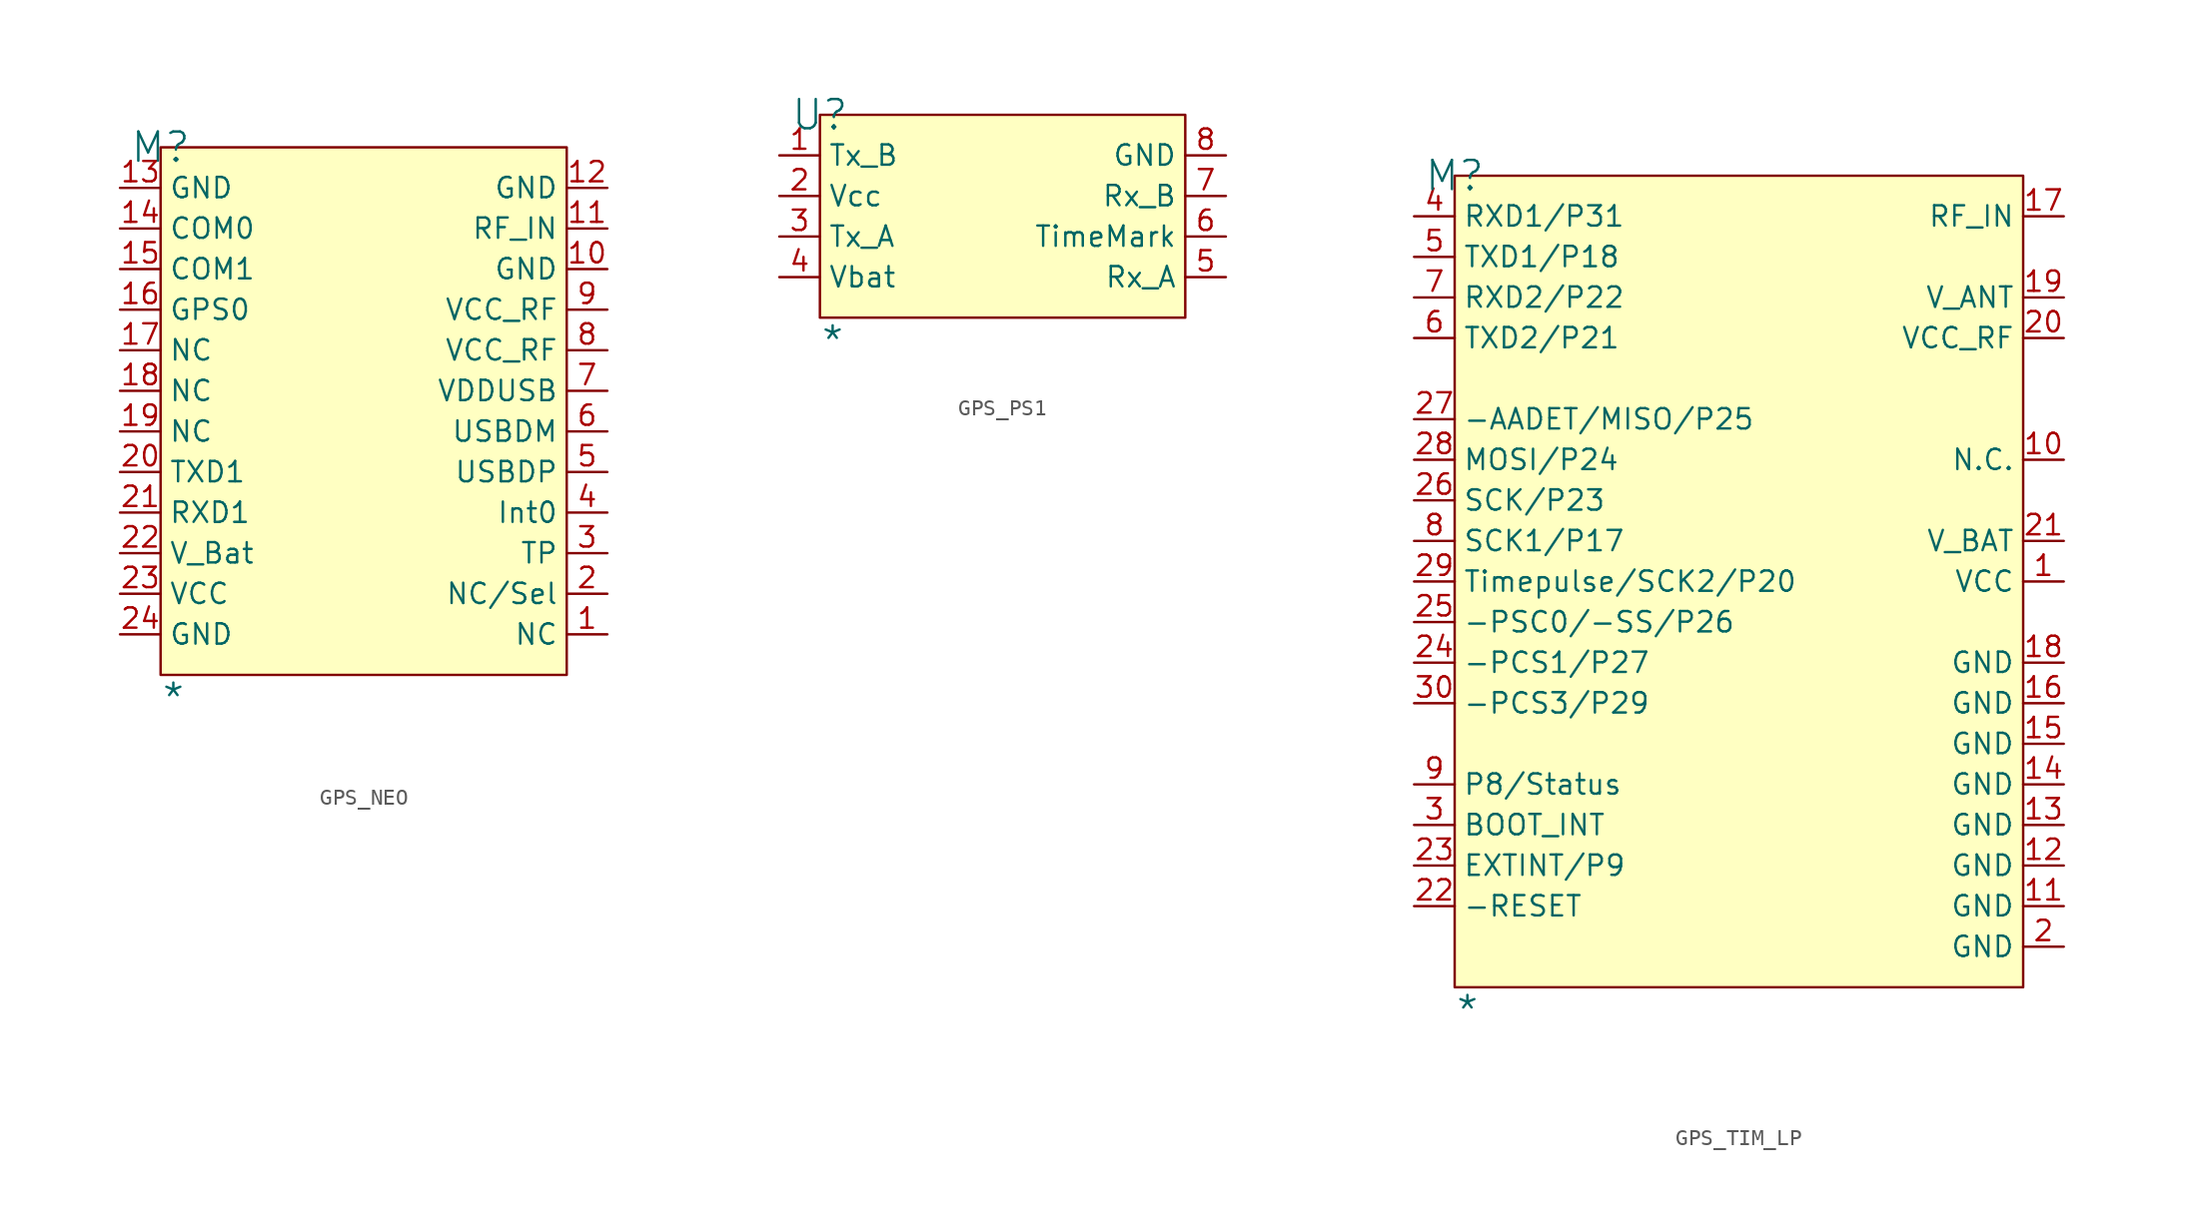
<source format=kicad_sym>
(kicad_symbol_lib
  (version 20241209)
  (generator "kicad_symbol_editor")
  (generator_version "9.0")
  (symbol "GPS_NEO"
    (property "Reference" "M"
      (at 0 0 0)
      (effects (font (size 1.829 1.829))))
    (property "Value" "*"
      (at 0 -35.56 0)
      (effects (font (size 1.829 1.829)) (justify left bottom)))
    (symbol "GPS_NEO_1_0"
      (rectangle (start 25.4 0) (end 0 -33.02) (stroke (width 0) (type solid) (color 128 0 0 1)) (fill (type background)))
      (pin passive line (at -2.54 -2.54 0) (length 2.54) (name "GND" (effects (font (size 1.27 1.27)))) (number "13" (effects (font (size 1.27 1.27)))))
      (pin passive line (at -2.54 -5.08 0) (length 2.54) (name "COM0" (effects (font (size 1.27 1.27)))) (number "14" (effects (font (size 1.27 1.27)))))
      (pin passive line (at -2.54 -7.62 0) (length 2.54) (name "COM1" (effects (font (size 1.27 1.27)))) (number "15" (effects (font (size 1.27 1.27)))))
      (pin passive line (at -2.54 -10.16 0) (length 2.54) (name "GPS0" (effects (font (size 1.27 1.27)))) (number "16" (effects (font (size 1.27 1.27)))))
      (pin passive line (at -2.54 -12.7 0) (length 2.54) (name "NC" (effects (font (size 1.27 1.27)))) (number "17" (effects (font (size 1.27 1.27)))))
      (pin passive line (at -2.54 -15.24 0) (length 2.54) (name "NC" (effects (font (size 1.27 1.27)))) (number "18" (effects (font (size 1.27 1.27)))))
      (pin passive line (at -2.54 -17.78 0) (length 2.54) (name "NC" (effects (font (size 1.27 1.27)))) (number "19" (effects (font (size 1.27 1.27)))))
      (pin passive line (at -2.54 -20.32 0) (length 2.54) (name "TXD1" (effects (font (size 1.27 1.27)))) (number "20" (effects (font (size 1.27 1.27)))))
      (pin passive line (at -2.54 -22.86 0) (length 2.54) (name "RXD1" (effects (font (size 1.27 1.27)))) (number "21" (effects (font (size 1.27 1.27)))))
      (pin passive line (at -2.54 -25.4 0) (length 2.54) (name "V_Bat" (effects (font (size 1.27 1.27)))) (number "22" (effects (font (size 1.27 1.27)))))
      (pin passive line (at -2.54 -27.94 0) (length 2.54) (name "VCC" (effects (font (size 1.27 1.27)))) (number "23" (effects (font (size 1.27 1.27)))))
      (pin passive line (at -2.54 -30.48 0) (length 2.54) (name "GND" (effects (font (size 1.27 1.27)))) (number "24" (effects (font (size 1.27 1.27)))))
      (pin passive line (at 27.94 -2.54 180) (length 2.54) (name "GND" (effects (font (size 1.27 1.27)))) (number "12" (effects (font (size 1.27 1.27)))))
      (pin passive line (at 27.94 -5.08 180) (length 2.54) (name "RF_IN" (effects (font (size 1.27 1.27)))) (number "11" (effects (font (size 1.27 1.27)))))
      (pin passive line (at 27.94 -7.62 180) (length 2.54) (name "GND" (effects (font (size 1.27 1.27)))) (number "10" (effects (font (size 1.27 1.27)))))
      (pin passive line (at 27.94 -10.16 180) (length 2.54) (name "VCC_RF" (effects (font (size 1.27 1.27)))) (number "9" (effects (font (size 1.27 1.27)))))
      (pin passive line (at 27.94 -12.7 180) (length 2.54) (name "VCC_RF" (effects (font (size 1.27 1.27)))) (number "8" (effects (font (size 1.27 1.27)))))
      (pin passive line (at 27.94 -15.24 180) (length 2.54) (name "VDDUSB" (effects (font (size 1.27 1.27)))) (number "7" (effects (font (size 1.27 1.27)))))
      (pin passive line (at 27.94 -17.78 180) (length 2.54) (name "USBDM" (effects (font (size 1.27 1.27)))) (number "6" (effects (font (size 1.27 1.27)))))
      (pin passive line (at 27.94 -20.32 180) (length 2.54) (name "USBDP" (effects (font (size 1.27 1.27)))) (number "5" (effects (font (size 1.27 1.27)))))
      (pin passive line (at 27.94 -22.86 180) (length 2.54) (name "Int0" (effects (font (size 1.27 1.27)))) (number "4" (effects (font (size 1.27 1.27)))))
      (pin passive line (at 27.94 -25.4 180) (length 2.54) (name "TP" (effects (font (size 1.27 1.27)))) (number "3" (effects (font (size 1.27 1.27)))))
      (pin passive line (at 27.94 -27.94 180) (length 2.54) (name "NC/Sel" (effects (font (size 1.27 1.27)))) (number "2" (effects (font (size 1.27 1.27)))))
      (pin passive line (at 27.94 -30.48 180) (length 2.54) (name "NC" (effects (font (size 1.27 1.27)))) (number "1" (effects (font (size 1.27 1.27)))))))
  (symbol "GPS_PS1"
    (property "Reference" "U"
      (at 0 0 0)
      (effects (font (size 1.829 1.829))))
    (property "Value" "*"
      (at 0 -15.24 0)
      (effects (font (size 1.829 1.829)) (justify left bottom)))
    (symbol "GPS_PS1_1_0"
      (rectangle (start 22.86 0) (end 0 -12.7) (stroke (width 0) (type solid) (color 128 0 0 1)) (fill (type background)))
      (pin passive line (at -2.54 -2.54 0) (length 2.54) (name "Tx_B" (effects (font (size 1.27 1.27)))) (number "1" (effects (font (size 1.27 1.27)))))
      (pin passive line (at -2.54 -5.08 0) (length 2.54) (name "Vcc" (effects (font (size 1.27 1.27)))) (number "2" (effects (font (size 1.27 1.27)))))
      (pin passive line (at -2.54 -7.62 0) (length 2.54) (name "Tx_A" (effects (font (size 1.27 1.27)))) (number "3" (effects (font (size 1.27 1.27)))))
      (pin passive line (at -2.54 -10.16 0) (length 2.54) (name "Vbat" (effects (font (size 1.27 1.27)))) (number "4" (effects (font (size 1.27 1.27)))))
      (pin passive line (at 25.4 -2.54 180) (length 2.54) (name "GND" (effects (font (size 1.27 1.27)))) (number "8" (effects (font (size 1.27 1.27)))))
      (pin passive line (at 25.4 -5.08 180) (length 2.54) (name "Rx_B" (effects (font (size 1.27 1.27)))) (number "7" (effects (font (size 1.27 1.27)))))
      (pin passive line (at 25.4 -7.62 180) (length 2.54) (name "TimeMark" (effects (font (size 1.27 1.27)))) (number "6" (effects (font (size 1.27 1.27)))))
      (pin passive line (at 25.4 -10.16 180) (length 2.54) (name "Rx_A" (effects (font (size 1.27 1.27)))) (number "5" (effects (font (size 1.27 1.27)))))))
  (symbol "GPS_TIM_LP"
    (property "Reference" "M"
      (at 0 0 0)
      (effects (font (size 1.829 1.829))))
    (property "Value" "*"
      (at 0 -53.34 0)
      (effects (font (size 1.829 1.829)) (justify left bottom)))
    (symbol "GPS_TIM_LP_1_0"
      (rectangle (start 35.56 0) (end 0 -50.8) (stroke (width 0) (type solid) (color 128 0 0 1)) (fill (type background)))
      (pin passive line (at -2.54 -2.54 0) (length 2.54) (name "RXD1/P31" (effects (font (size 1.27 1.27)))) (number "4" (effects (font (size 1.27 1.27)))))
      (pin passive line (at -2.54 -5.08 0) (length 2.54) (name "TXD1/P18" (effects (font (size 1.27 1.27)))) (number "5" (effects (font (size 1.27 1.27)))))
      (pin passive line (at -2.54 -7.62 0) (length 2.54) (name "RXD2/P22" (effects (font (size 1.27 1.27)))) (number "7" (effects (font (size 1.27 1.27)))))
      (pin passive line (at -2.54 -10.16 0) (length 2.54) (name "TXD2/P21" (effects (font (size 1.27 1.27)))) (number "6" (effects (font (size 1.27 1.27)))))
      (pin passive line (at -2.54 -15.24 0) (length 2.54) (name "-AADET/MISO/P25" (effects (font (size 1.27 1.27)))) (number "27" (effects (font (size 1.27 1.27)))))
      (pin passive line (at -2.54 -17.78 0) (length 2.54) (name "MOSI/P24" (effects (font (size 1.27 1.27)))) (number "28" (effects (font (size 1.27 1.27)))))
      (pin passive line (at -2.54 -20.32 0) (length 2.54) (name "SCK/P23" (effects (font (size 1.27 1.27)))) (number "26" (effects (font (size 1.27 1.27)))))
      (pin passive line (at -2.54 -22.86 0) (length 2.54) (name "SCK1/P17" (effects (font (size 1.27 1.27)))) (number "8" (effects (font (size 1.27 1.27)))))
      (pin passive line (at -2.54 -25.4 0) (length 2.54) (name "Timepulse/SCK2/P20" (effects (font (size 1.27 1.27)))) (number "29" (effects (font (size 1.27 1.27)))))
      (pin passive line (at -2.54 -27.94 0) (length 2.54) (name "-PSC0/-SS/P26" (effects (font (size 1.27 1.27)))) (number "25" (effects (font (size 1.27 1.27)))))
      (pin passive line (at -2.54 -30.48 0) (length 2.54) (name "-PCS1/P27" (effects (font (size 1.27 1.27)))) (number "24" (effects (font (size 1.27 1.27)))))
      (pin passive line (at -2.54 -33.02 0) (length 2.54) (name "-PCS3/P29" (effects (font (size 1.27 1.27)))) (number "30" (effects (font (size 1.27 1.27)))))
      (pin passive line (at -2.54 -38.1 0) (length 2.54) (name "P8/Status" (effects (font (size 1.27 1.27)))) (number "9" (effects (font (size 1.27 1.27)))))
      (pin passive line (at -2.54 -40.64 0) (length 2.54) (name "BOOT_INT" (effects (font (size 1.27 1.27)))) (number "3" (effects (font (size 1.27 1.27)))))
      (pin passive line (at -2.54 -43.18 0) (length 2.54) (name "EXTINT/P9" (effects (font (size 1.27 1.27)))) (number "23" (effects (font (size 1.27 1.27)))))
      (pin passive line (at -2.54 -45.72 0) (length 2.54) (name "-RESET" (effects (font (size 1.27 1.27)))) (number "22" (effects (font (size 1.27 1.27)))))
      (pin passive line (at 38.1 -2.54 180) (length 2.54) (name "RF_IN" (effects (font (size 1.27 1.27)))) (number "17" (effects (font (size 1.27 1.27)))))
      (pin passive line (at 38.1 -7.62 180) (length 2.54) (name "V_ANT" (effects (font (size 1.27 1.27)))) (number "19" (effects (font (size 1.27 1.27)))))
      (pin passive line (at 38.1 -10.16 180) (length 2.54) (name "VCC_RF" (effects (font (size 1.27 1.27)))) (number "20" (effects (font (size 1.27 1.27)))))
      (pin passive line (at 38.1 -17.78 180) (length 2.54) (name "N.C." (effects (font (size 1.27 1.27)))) (number "10" (effects (font (size 1.27 1.27)))))
      (pin passive line (at 38.1 -22.86 180) (length 2.54) (name "V_BAT" (effects (font (size 1.27 1.27)))) (number "21" (effects (font (size 1.27 1.27)))))
      (pin passive line (at 38.1 -25.4 180) (length 2.54) (name "VCC" (effects (font (size 1.27 1.27)))) (number "1" (effects (font (size 1.27 1.27)))))
      (pin passive line (at 38.1 -30.48 180) (length 2.54) (name "GND" (effects (font (size 1.27 1.27)))) (number "18" (effects (font (size 1.27 1.27)))))
      (pin passive line (at 38.1 -33.02 180) (length 2.54) (name "GND" (effects (font (size 1.27 1.27)))) (number "16" (effects (font (size 1.27 1.27)))))
      (pin passive line (at 38.1 -35.56 180) (length 2.54) (name "GND" (effects (font (size 1.27 1.27)))) (number "15" (effects (font (size 1.27 1.27)))))
      (pin passive line (at 38.1 -38.1 180) (length 2.54) (name "GND" (effects (font (size 1.27 1.27)))) (number "14" (effects (font (size 1.27 1.27)))))
      (pin passive line (at 38.1 -40.64 180) (length 2.54) (name "GND" (effects (font (size 1.27 1.27)))) (number "13" (effects (font (size 1.27 1.27)))))
      (pin passive line (at 38.1 -43.18 180) (length 2.54) (name "GND" (effects (font (size 1.27 1.27)))) (number "12" (effects (font (size 1.27 1.27)))))
      (pin passive line (at 38.1 -45.72 180) (length 2.54) (name "GND" (effects (font (size 1.27 1.27)))) (number "11" (effects (font (size 1.27 1.27)))))
      (pin passive line (at 38.1 -48.26 180) (length 2.54) (name "GND" (effects (font (size 1.27 1.27)))) (number "2" (effects (font (size 1.27 1.27))))))))
</source>
